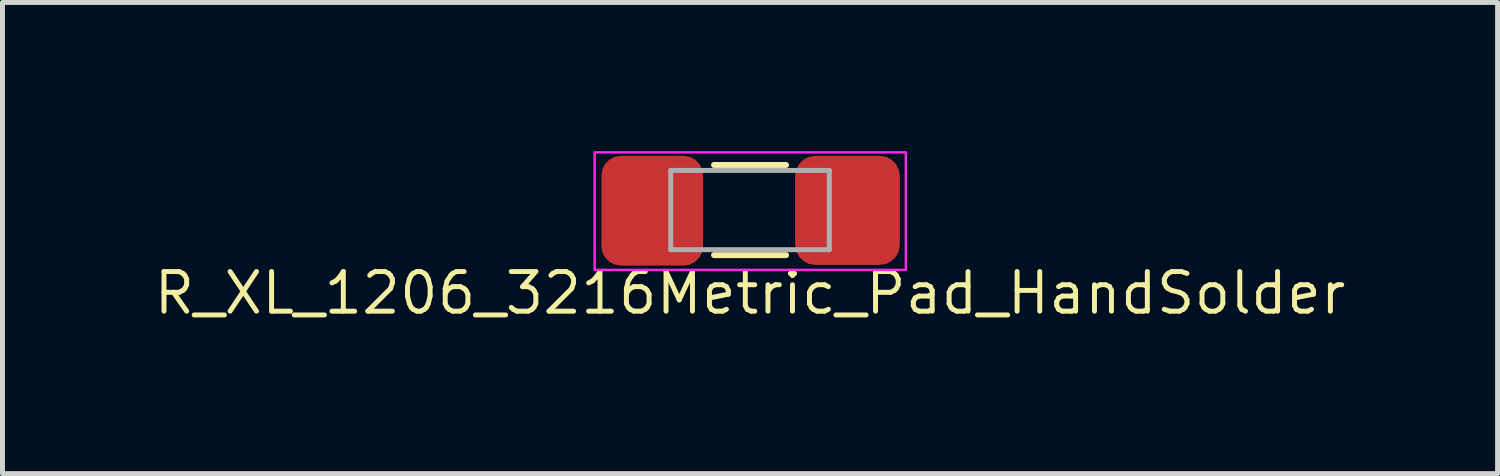
<source format=kicad_pcb>
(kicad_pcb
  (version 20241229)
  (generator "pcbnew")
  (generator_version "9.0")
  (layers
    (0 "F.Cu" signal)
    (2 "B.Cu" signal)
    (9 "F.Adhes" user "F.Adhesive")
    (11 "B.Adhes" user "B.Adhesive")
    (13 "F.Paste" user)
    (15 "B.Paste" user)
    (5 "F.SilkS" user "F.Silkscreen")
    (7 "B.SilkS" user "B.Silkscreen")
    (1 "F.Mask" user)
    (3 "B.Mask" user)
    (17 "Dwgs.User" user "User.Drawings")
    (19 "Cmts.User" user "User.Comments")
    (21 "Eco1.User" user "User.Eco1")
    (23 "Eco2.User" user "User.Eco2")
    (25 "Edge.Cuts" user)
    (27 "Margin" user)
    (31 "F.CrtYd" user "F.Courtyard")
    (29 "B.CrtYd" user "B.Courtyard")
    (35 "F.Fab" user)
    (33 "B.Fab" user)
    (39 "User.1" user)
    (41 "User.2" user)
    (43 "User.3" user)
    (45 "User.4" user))
  (footprint "R_XL_1206_3216Metric_Pad_HandSolder"
    (layer "F.Cu")
    (at 12.089 1.19)
    (property "Reference" "R_XL_1206_3216Metric_Pad_HandSolder" (at 0 1.676 180) (layer "F.SilkS") (effects (font (size 0.8 0.8) (thickness 0.1))))
    (attr smd)
    (fp_line (start -0.727 -0.91) (end 0.727 -0.91) (stroke (width 0.12) (type solid)) (layer "F.SilkS"))
    (fp_line (start -0.727 0.91) (end 0.727 0.91) (stroke (width 0.12) (type solid)) (layer "F.SilkS"))
    (fp_rect (start -3.136 -1.165) (end 3.145 1.208) (stroke (width 0.05) (type default)) (fill no) (layer "F.CrtYd"))
    (fp_line (start -1.6 -0.8) (end 1.6 -0.8) (stroke (width 0.1) (type solid)) (layer "F.Fab"))
    (fp_line (start -1.6 0.8) (end -1.6 -0.8) (stroke (width 0.1) (type solid)) (layer "F.Fab"))
    (fp_line (start 1.6 -0.8) (end 1.6 0.8) (stroke (width 0.1) (type solid)) (layer "F.Fab"))
    (fp_line (start 1.6 0.8) (end -1.6 0.8) (stroke (width 0.1) (type solid)) (layer "F.Fab"))
    (pad "1" smd roundrect (at -1.974 0.013 180) (size 2.053 2.216) (layers "F.Cu" "F.Mask" "F.Paste") (roundrect_rratio 0.192))
    (pad "2" smd roundrect (at 1.967 0.006 180) (size 2.114 2.202) (layers "F.Cu" "F.Mask" "F.Paste") (roundrect_rratio 0.192)))
  (gr_rect
    (start -3 -3)
    (end 27.178 6.51)
    (stroke (width 0.1) (type default))
    (fill no)
    (layer "Edge.Cuts")))
</source>
